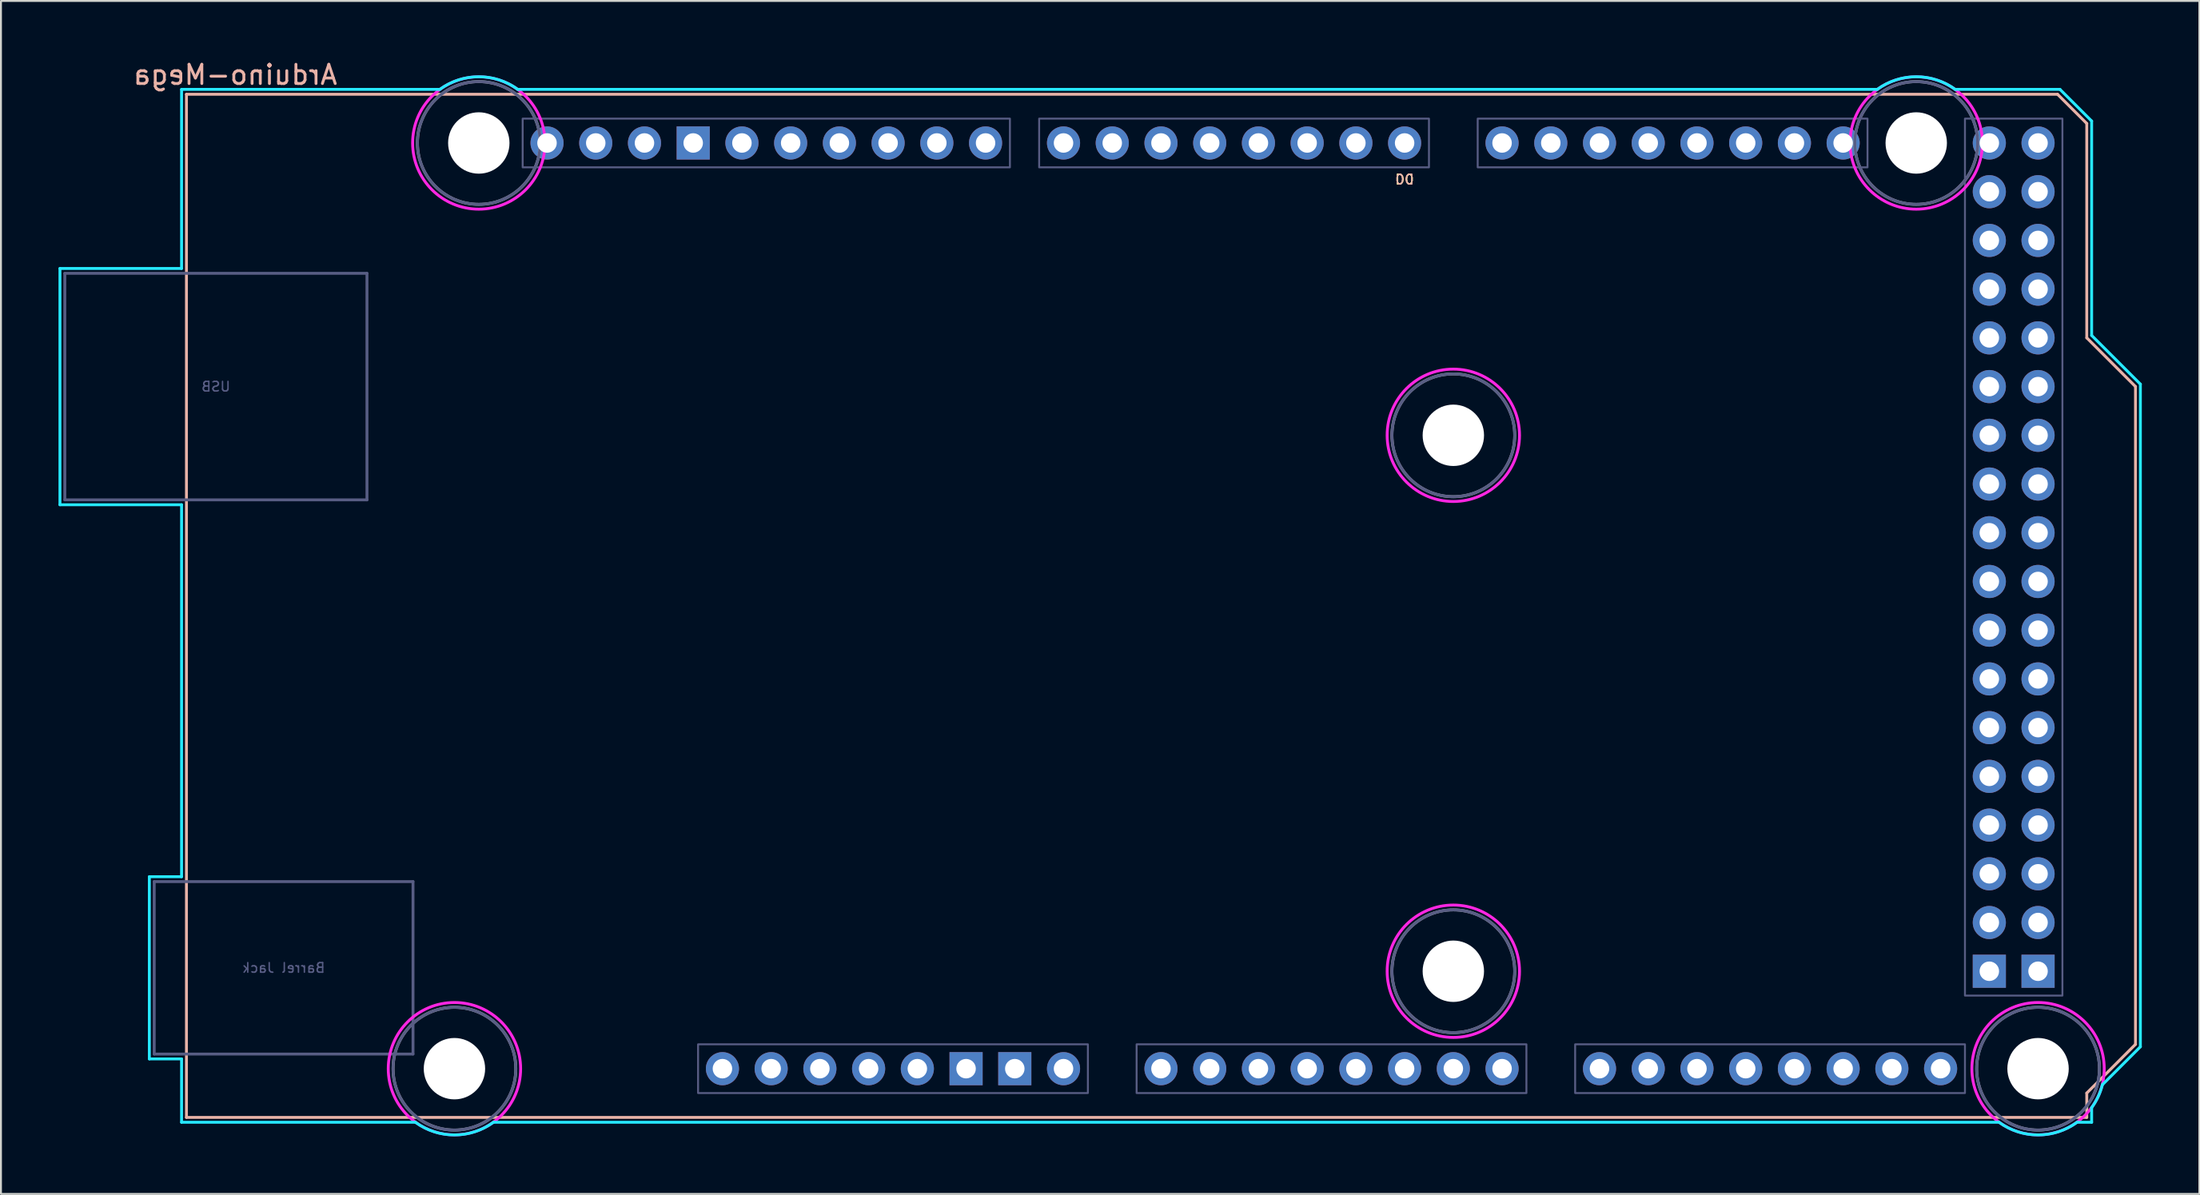
<source format=kicad_pcb>
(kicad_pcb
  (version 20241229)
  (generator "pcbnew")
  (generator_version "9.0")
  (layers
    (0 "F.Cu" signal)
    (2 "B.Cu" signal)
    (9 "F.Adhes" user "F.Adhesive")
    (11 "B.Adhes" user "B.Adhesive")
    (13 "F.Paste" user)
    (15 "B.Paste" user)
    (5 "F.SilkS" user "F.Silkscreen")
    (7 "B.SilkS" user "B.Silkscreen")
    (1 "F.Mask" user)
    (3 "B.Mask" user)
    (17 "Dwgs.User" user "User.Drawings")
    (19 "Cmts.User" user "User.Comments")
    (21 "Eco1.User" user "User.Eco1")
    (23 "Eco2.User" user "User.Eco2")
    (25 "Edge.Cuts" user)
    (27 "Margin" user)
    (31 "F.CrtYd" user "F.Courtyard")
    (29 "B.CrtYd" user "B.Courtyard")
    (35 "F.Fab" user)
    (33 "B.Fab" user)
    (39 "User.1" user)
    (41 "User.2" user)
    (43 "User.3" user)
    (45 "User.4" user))
  (footprint "Arduino-Mega"
    (layer "F.Cu")
    (at 6.669 55.204)
    (property "Reference" "Arduino-Mega" (at 2.54 -54.356 0) (layer "B.SilkS") (effects (font (size 1 1) (thickness 0.15)) (justify mirror)))
    (attr through_hole)
    (fp_line (start 0 -53.34) (end 0 0) (stroke (width 0.15) (type solid)) (layer "B.SilkS"))
    (fp_line (start 0 -53.34) (end 97.536 -53.34) (stroke (width 0.15) (type solid)) (layer "B.SilkS"))
    (fp_line (start 0 0) (end 99.06 0) (stroke (width 0.15) (type solid)) (layer "B.SilkS"))
    (fp_line (start 97.536 -53.34) (end 99.06 -51.816) (stroke (width 0.15) (type solid)) (layer "B.SilkS"))
    (fp_line (start 99.06 -40.64) (end 99.06 -51.816) (stroke (width 0.15) (type solid)) (layer "B.SilkS"))
    (fp_line (start 99.06 -1.27) (end 101.6 -3.81) (stroke (width 0.15) (type solid)) (layer "B.SilkS"))
    (fp_line (start 99.06 0) (end 99.06 -1.27) (stroke (width 0.15) (type solid)) (layer "B.SilkS"))
    (fp_line (start 101.6 -38.1) (end 99.06 -40.64) (stroke (width 0.15) (type solid)) (layer "B.SilkS"))
    (fp_line (start 101.6 -3.81) (end 101.6 -38.1) (stroke (width 0.15) (type solid)) (layer "B.SilkS"))
    (fp_line (start -6.594 -44.258) (end -0.254 -44.258) (stroke (width 0.15) (type solid)) (layer "B.CrtYd"))
    (fp_line (start -6.594 -31.94) (end -6.594 -44.258) (stroke (width 0.15) (type solid)) (layer "B.CrtYd"))
    (fp_line (start -1.934 -12.548) (end -1.934 -3.049) (stroke (width 0.15) (type solid)) (layer "B.CrtYd"))
    (fp_line (start -1.934 -12.548) (end -0.254 -12.548) (stroke (width 0.15) (type solid)) (layer "B.CrtYd"))
    (fp_line (start -1.934 -3.049) (end -0.254 -3.049) (stroke (width 0.15) (type solid)) (layer "B.CrtYd"))
    (fp_line (start -0.254 -53.594) (end -0.254 -44.258) (stroke (width 0.15) (type solid)) (layer "B.CrtYd"))
    (fp_line (start -0.254 -31.94) (end -6.594 -31.94) (stroke (width 0.15) (type solid)) (layer "B.CrtYd"))
    (fp_line (start -0.254 -31.94) (end -0.254 -12.548) (stroke (width 0.15) (type solid)) (layer "B.CrtYd"))
    (fp_line (start -0.254 -3.049) (end -0.254 0.254) (stroke (width 0.15) (type solid)) (layer "B.CrtYd"))
    (fp_line (start 11.938 0.254) (end -0.254 0.254) (stroke (width 0.15) (type solid)) (layer "B.CrtYd"))
    (fp_line (start 13.208 -53.594) (end -0.254 -53.594) (stroke (width 0.15) (type solid)) (layer "B.CrtYd"))
    (fp_line (start 16.002 0.254) (end 94.488 0.254) (stroke (width 0.15) (type solid)) (layer "B.CrtYd"))
    (fp_line (start 17.272 -53.594) (end 88.138 -53.594) (stroke (width 0.15) (type solid)) (layer "B.CrtYd"))
    (fp_line (start 97.663 -53.594) (end 92.202 -53.594) (stroke (width 0.15) (type solid)) (layer "B.CrtYd"))
    (fp_line (start 97.663 -53.594) (end 99.314 -51.943) (stroke (width 0.15) (type solid)) (layer "B.CrtYd"))
    (fp_line (start 99.314 -40.767) (end 99.314 -51.943) (stroke (width 0.15) (type solid)) (layer "B.CrtYd"))
    (fp_line (start 99.314 0.254) (end 98.552 0.254) (stroke (width 0.15) (type solid)) (layer "B.CrtYd"))
    (fp_line (start 99.314 0.254) (end 99.314 -0.508) (stroke (width 0.15) (type solid)) (layer "B.CrtYd"))
    (fp_line (start 99.873 -1.702) (end 101.854 -3.683) (stroke (width 0.15) (type solid)) (layer "B.CrtYd"))
    (fp_line (start 101.854 -38.227) (end 99.314 -40.767) (stroke (width 0.15) (type solid)) (layer "B.CrtYd"))
    (fp_line (start 101.854 -3.683) (end 101.854 -38.227) (stroke (width 0.15) (type solid)) (layer "B.CrtYd"))
    (fp_arc (start 13.208 -53.594) (mid 15.24 -54.254237) (end 17.272 -53.594) (stroke (width 0.15) (type solid)) (layer "B.CrtYd"))
    (fp_arc (start 16.002 0.254) (mid 13.97 0.914237) (end 11.938 0.254) (stroke (width 0.15) (type solid)) (layer "B.CrtYd"))
    (fp_arc (start 88.138 -53.594) (mid 90.17 -54.254237) (end 92.202 -53.594) (stroke (width 0.15) (type solid)) (layer "B.CrtYd"))
    (fp_arc (start 98.552 0.254) (mid 96.52 0.914237) (end 94.488 0.254) (stroke (width 0.15) (type solid)) (layer "B.CrtYd"))
    (fp_arc (start 99.8728 -1.7018) (mid 99.650925 -1.077973) (end 99.314 -0.508) (stroke (width 0.15) (type solid)) (layer "B.CrtYd"))
    (fp_circle (center 13.97 -2.54) (end 17.42 -2.54) (stroke (width 0.15) (type solid)) (fill no) (layer "F.CrtYd"))
    (fp_circle (center 15.24 -50.8) (end 18.69 -50.8) (stroke (width 0.15) (type solid)) (fill no) (layer "F.CrtYd"))
    (fp_circle (center 66.04 -35.56) (end 69.49 -35.56) (stroke (width 0.15) (type solid)) (fill no) (layer "F.CrtYd"))
    (fp_circle (center 66.04 -7.62) (end 69.49 -7.62) (stroke (width 0.15) (type solid)) (fill no) (layer "F.CrtYd"))
    (fp_circle (center 90.17 -50.8) (end 93.62 -50.8) (stroke (width 0.15) (type solid)) (fill no) (layer "F.CrtYd"))
    (fp_circle (center 96.52 -2.54) (end 99.97 -2.54) (stroke (width 0.15) (type solid)) (fill no) (layer "F.CrtYd"))
    (fp_line (start -6.34 -44.004) (end 9.41 -44.004) (stroke (width 0.15) (type solid)) (layer "B.Fab"))
    (fp_line (start -6.34 -32.194) (end -6.34 -44.004) (stroke (width 0.15) (type solid)) (layer "B.Fab"))
    (fp_line (start -6.34 -32.194) (end 9.41 -32.194) (stroke (width 0.15) (type solid)) (layer "B.Fab"))
    (fp_line (start -1.68 -12.294) (end -1.68 -3.303) (stroke (width 0.15) (type solid)) (layer "B.Fab"))
    (fp_line (start -1.68 -12.294) (end 11.81 -12.294) (stroke (width 0.15) (type solid)) (layer "B.Fab"))
    (fp_line (start -1.68 -3.303) (end 11.81 -3.303) (stroke (width 0.15) (type solid)) (layer "B.Fab"))
    (fp_line (start 9.41 -32.194) (end 9.41 -44.004) (stroke (width 0.15) (type solid)) (layer "B.Fab"))
    (fp_line (start 11.81 -12.294) (end 11.81 -3.303) (stroke (width 0.15) (type solid)) (layer "B.Fab"))
    (fp_rect (start 17.526 -52.07) (end 42.926 -49.53) (stroke (width 0.1) (type solid)) (fill no) (layer "B.Fab"))
    (fp_rect (start 26.67 -3.81) (end 46.99 -1.27) (stroke (width 0.1) (type solid)) (fill no) (layer "B.Fab"))
    (fp_rect (start 44.45 -52.07) (end 64.77 -49.53) (stroke (width 0.1) (type solid)) (fill no) (layer "B.Fab"))
    (fp_rect (start 49.53 -3.81) (end 69.85 -1.27) (stroke (width 0.1) (type solid)) (fill no) (layer "B.Fab"))
    (fp_rect (start 67.31 -52.07) (end 87.63 -49.53) (stroke (width 0.1) (type solid)) (fill no) (layer "B.Fab"))
    (fp_rect (start 72.39 -3.81) (end 92.71 -1.27) (stroke (width 0.1) (type solid)) (fill no) (layer "B.Fab"))
    (fp_rect (start 92.71 -52.07) (end 97.79 -6.35) (stroke (width 0.1) (type solid)) (fill no) (layer "B.Fab"))
    (fp_circle (center 13.97 -2.54) (end 17.17 -2.54) (stroke (width 0.15) (type solid)) (fill no) (layer "B.Fab"))
    (fp_circle (center 15.24 -50.8) (end 18.44 -50.8) (stroke (width 0.15) (type solid)) (fill no) (layer "B.Fab"))
    (fp_circle (center 66.04 -35.56) (end 69.24 -35.56) (stroke (width 0.15) (type solid)) (fill no) (layer "B.Fab"))
    (fp_circle (center 66.04 -7.62) (end 69.24 -7.62) (stroke (width 0.15) (type solid)) (fill no) (layer "B.Fab"))
    (fp_circle (center 90.17 -50.8) (end 93.37 -50.8) (stroke (width 0.15) (type solid)) (fill no) (layer "B.Fab"))
    (fp_circle (center 96.52 -2.54) (end 99.72 -2.54) (stroke (width 0.15) (type solid)) (fill no) (layer "B.Fab"))
    (fp_circle (center 13.97 -2.54) (end 17.17 -2.54) (stroke (width 0.15) (type solid)) (fill no) (layer "F.Fab"))
    (fp_circle (center 15.24 -50.8) (end 18.44 -50.8) (stroke (width 0.15) (type solid)) (fill no) (layer "F.Fab"))
    (fp_circle (center 66.04 -35.56) (end 69.24 -35.56) (stroke (width 0.15) (type solid)) (fill no) (layer "F.Fab"))
    (fp_circle (center 66.04 -7.62) (end 69.24 -7.62) (stroke (width 0.15) (type solid)) (fill no) (layer "F.Fab"))
    (fp_circle (center 90.17 -50.8) (end 93.37 -50.8) (stroke (width 0.15) (type solid)) (fill no) (layer "F.Fab"))
    (fp_circle (center 96.52 -2.54) (end 99.72 -2.54) (stroke (width 0.15) (type solid)) (fill no) (layer "F.Fab"))
    (fp_text user "D0" (at 63.5 -48.895 0) (unlocked yes) (layer "F.SilkS") (effects (font (size 0.5 0.5) (thickness 0.075))))
    (fp_text user "D0" (at 63.5 -48.895 0) (unlocked yes) (layer "B.SilkS") (effects (font (size 0.5 0.5) (thickness 0.075)) (justify mirror)))
    (fp_text user "Barrel Jack" (at 5.065 -7.798 0) (layer "B.Fab") (effects (font (size 0.5 0.5) (thickness 0.075)) (justify mirror)))
    (fp_text user "USB" (at 1.535 -38.099 0) (layer "B.Fab") (effects (font (size 0.5 0.5) (thickness 0.075)) (justify mirror)))
    (pad "" np_thru_hole circle (at 13.97 -2.54) (size 3.2 3.2) (drill 3.2) (layers "*.Cu" "*.Mask"))
    (pad "" np_thru_hole circle (at 15.24 -50.8) (size 3.2 3.2) (drill 3.2) (layers "*.Cu" "*.Mask"))
    (pad "" thru_hole oval (at 27.94 -2.54) (size 1.727 1.727) (drill 1.016) (layers "*.Cu" "*.Mask"))
    (pad "" np_thru_hole circle (at 66.04 -35.56) (size 3.2 3.2) (drill 3.2) (layers "*.Cu" "*.Mask"))
    (pad "" np_thru_hole circle (at 66.04 -7.62) (size 3.2 3.2) (drill 3.2) (layers "*.Cu" "*.Mask"))
    (pad "" np_thru_hole circle (at 90.17 -50.8) (size 3.2 3.2) (drill 3.2) (layers "*.Cu" "*.Mask"))
    (pad "" np_thru_hole circle (at 96.52 -2.54) (size 3.2 3.2) (drill 3.2) (layers "*.Cu" "*.Mask"))
    (pad "3V3" thru_hole oval (at 35.56 -2.54) (size 1.727 1.727) (drill 1.016) (layers "*.Cu" "*.Mask"))
    (pad "5V1" thru_hole oval (at 38.1 -2.54) (size 1.727 1.727) (drill 1.016) (layers "*.Cu" "*.Mask"))
    (pad "5V3" thru_hole oval (at 93.98 -50.8) (size 1.727 1.727) (drill 1.016) (layers "*.Cu" "*.Mask"))
    (pad "5V4" thru_hole oval (at 96.52 -50.8) (size 1.727 1.727) (drill 1.016) (layers "*.Cu" "*.Mask"))
    (pad "A0" thru_hole oval (at 50.8 -2.54) (size 1.727 1.727) (drill 1.016) (layers "*.Cu" "*.Mask"))
    (pad "A1" thru_hole oval (at 53.34 -2.54) (size 1.727 1.727) (drill 1.016) (layers "*.Cu" "*.Mask"))
    (pad "A2" thru_hole oval (at 55.88 -2.54) (size 1.727 1.727) (drill 1.016) (layers "*.Cu" "*.Mask"))
    (pad "A3" thru_hole oval (at 58.42 -2.54) (size 1.727 1.727) (drill 1.016) (layers "*.Cu" "*.Mask"))
    (pad "A4" thru_hole oval (at 60.96 -2.54) (size 1.727 1.727) (drill 1.016) (layers "*.Cu" "*.Mask"))
    (pad "A5" thru_hole oval (at 63.5 -2.54) (size 1.727 1.727) (drill 1.016) (layers "*.Cu" "*.Mask"))
    (pad "A6" thru_hole oval (at 66.04 -2.54) (size 1.727 1.727) (drill 1.016) (layers "*.Cu" "*.Mask"))
    (pad "A7" thru_hole oval (at 68.58 -2.54) (size 1.727 1.727) (drill 1.016) (layers "*.Cu" "*.Mask"))
    (pad "A8" thru_hole oval (at 73.66 -2.54) (size 1.727 1.727) (drill 1.016) (layers "*.Cu" "*.Mask"))
    (pad "A9" thru_hole oval (at 76.2 -2.54) (size 1.727 1.727) (drill 1.016) (layers "*.Cu" "*.Mask"))
    (pad "A10" thru_hole oval (at 78.74 -2.54) (size 1.727 1.727) (drill 1.016) (layers "*.Cu" "*.Mask"))
    (pad "A11" thru_hole oval (at 81.28 -2.54) (size 1.727 1.727) (drill 1.016) (layers "*.Cu" "*.Mask"))
    (pad "A12" thru_hole oval (at 83.82 -2.54) (size 1.727 1.727) (drill 1.016) (layers "*.Cu" "*.Mask"))
    (pad "A13" thru_hole oval (at 86.36 -2.54) (size 1.727 1.727) (drill 1.016) (layers "*.Cu" "*.Mask"))
    (pad "A14" thru_hole oval (at 88.9 -2.54) (size 1.727 1.727) (drill 1.016) (layers "*.Cu" "*.Mask"))
    (pad "A15" thru_hole oval (at 91.44 -2.54) (size 1.727 1.727) (drill 1.016) (layers "*.Cu" "*.Mask"))
    (pad "AREF" thru_hole oval (at 23.876 -50.8) (size 1.727 1.727) (drill 1.016) (layers "*.Cu" "*.Mask"))
    (pad "D0" thru_hole oval (at 63.5 -50.8) (size 1.727 1.727) (drill 1.016) (layers "*.Cu" "*.Mask"))
    (pad "D1" thru_hole oval (at 60.96 -50.8) (size 1.727 1.727) (drill 1.016) (layers "*.Cu" "*.Mask"))
    (pad "D2" thru_hole oval (at 58.42 -50.8) (size 1.727 1.727) (drill 1.016) (layers "*.Cu" "*.Mask"))
    (pad "D3" thru_hole oval (at 55.88 -50.8) (size 1.727 1.727) (drill 1.016) (layers "*.Cu" "*.Mask"))
    (pad "D4" thru_hole oval (at 53.34 -50.8) (size 1.727 1.727) (drill 1.016) (layers "*.Cu" "*.Mask"))
    (pad "D5" thru_hole oval (at 50.8 -50.8) (size 1.727 1.727) (drill 1.016) (layers "*.Cu" "*.Mask"))
    (pad "D6" thru_hole oval (at 48.26 -50.8) (size 1.727 1.727) (drill 1.016) (layers "*.Cu" "*.Mask"))
    (pad "D7" thru_hole oval (at 45.72 -50.8) (size 1.727 1.727) (drill 1.016) (layers "*.Cu" "*.Mask"))
    (pad "D8" thru_hole oval (at 41.656 -50.8) (size 1.727 1.727) (drill 1.016) (layers "*.Cu" "*.Mask"))
    (pad "D9" thru_hole oval (at 39.116 -50.8) (size 1.727 1.727) (drill 1.016) (layers "*.Cu" "*.Mask"))
    (pad "D10" thru_hole oval (at 36.576 -50.8) (size 1.727 1.727) (drill 1.016) (layers "*.Cu" "*.Mask"))
    (pad "D11" thru_hole oval (at 34.036 -50.8) (size 1.727 1.727) (drill 1.016) (layers "*.Cu" "*.Mask"))
    (pad "D12" thru_hole oval (at 31.496 -50.8) (size 1.727 1.727) (drill 1.016) (layers "*.Cu" "*.Mask"))
    (pad "D13" thru_hole oval (at 28.956 -50.8) (size 1.727 1.727) (drill 1.016) (layers "*.Cu" "*.Mask"))
    (pad "D14" thru_hole oval (at 68.58 -50.8) (size 1.727 1.727) (drill 1.016) (layers "*.Cu" "*.Mask"))
    (pad "D15" thru_hole oval (at 71.12 -50.8) (size 1.727 1.727) (drill 1.016) (layers "*.Cu" "*.Mask"))
    (pad "D16" thru_hole oval (at 73.66 -50.8) (size 1.727 1.727) (drill 1.016) (layers "*.Cu" "*.Mask"))
    (pad "D17" thru_hole oval (at 76.2 -50.8) (size 1.727 1.727) (drill 1.016) (layers "*.Cu" "*.Mask"))
    (pad "D18" thru_hole oval (at 78.74 -50.8) (size 1.727 1.727) (drill 1.016) (layers "*.Cu" "*.Mask"))
    (pad "D19" thru_hole oval (at 81.28 -50.8) (size 1.727 1.727) (drill 1.016) (layers "*.Cu" "*.Mask"))
    (pad "D20" thru_hole oval (at 83.82 -50.8) (size 1.727 1.727) (drill 1.016) (layers "*.Cu" "*.Mask"))
    (pad "D21" thru_hole oval (at 86.36 -50.8) (size 1.727 1.727) (drill 1.016) (layers "*.Cu" "*.Mask"))
    (pad "D22" thru_hole oval (at 93.98 -48.26) (size 1.727 1.727) (drill 1.016) (layers "*.Cu" "*.Mask"))
    (pad "D23" thru_hole oval (at 96.52 -48.26) (size 1.727 1.727) (drill 1.016) (layers "*.Cu" "*.Mask"))
    (pad "D24" thru_hole oval (at 93.98 -45.72) (size 1.727 1.727) (drill 1.016) (layers "*.Cu" "*.Mask"))
    (pad "D25" thru_hole oval (at 96.52 -45.72) (size 1.727 1.727) (drill 1.016) (layers "*.Cu" "*.Mask"))
    (pad "D26" thru_hole oval (at 93.98 -43.18) (size 1.727 1.727) (drill 1.016) (layers "*.Cu" "*.Mask"))
    (pad "D27" thru_hole oval (at 96.52 -43.18) (size 1.727 1.727) (drill 1.016) (layers "*.Cu" "*.Mask"))
    (pad "D28" thru_hole oval (at 93.98 -40.64) (size 1.727 1.727) (drill 1.016) (layers "*.Cu" "*.Mask"))
    (pad "D29" thru_hole oval (at 96.52 -40.64) (size 1.727 1.727) (drill 1.016) (layers "*.Cu" "*.Mask"))
    (pad "D30" thru_hole oval (at 93.98 -38.1) (size 1.727 1.727) (drill 1.016) (layers "*.Cu" "*.Mask"))
    (pad "D31" thru_hole oval (at 96.52 -38.1) (size 1.727 1.727) (drill 1.016) (layers "*.Cu" "*.Mask"))
    (pad "D32" thru_hole oval (at 93.98 -35.56) (size 1.727 1.727) (drill 1.016) (layers "*.Cu" "*.Mask"))
    (pad "D33" thru_hole oval (at 96.52 -35.56) (size 1.727 1.727) (drill 1.016) (layers "*.Cu" "*.Mask"))
    (pad "D34" thru_hole oval (at 93.98 -33.02) (size 1.727 1.727) (drill 1.016) (layers "*.Cu" "*.Mask"))
    (pad "D35" thru_hole oval (at 96.52 -33.02) (size 1.727 1.727) (drill 1.016) (layers "*.Cu" "*.Mask"))
    (pad "D36" thru_hole oval (at 93.98 -30.48) (size 1.727 1.727) (drill 1.016) (layers "*.Cu" "*.Mask"))
    (pad "D37" thru_hole oval (at 96.52 -30.48) (size 1.727 1.727) (drill 1.016) (layers "*.Cu" "*.Mask"))
    (pad "D38" thru_hole oval (at 93.98 -27.94) (size 1.727 1.727) (drill 1.016) (layers "*.Cu" "*.Mask"))
    (pad "D39" thru_hole oval (at 96.52 -27.94) (size 1.727 1.727) (drill 1.016) (layers "*.Cu" "*.Mask"))
    (pad "D40" thru_hole oval (at 93.98 -25.4) (size 1.727 1.727) (drill 1.016) (layers "*.Cu" "*.Mask"))
    (pad "D41" thru_hole oval (at 96.52 -25.4) (size 1.727 1.727) (drill 1.016) (layers "*.Cu" "*.Mask"))
    (pad "D42" thru_hole oval (at 93.98 -22.86) (size 1.727 1.727) (drill 1.016) (layers "*.Cu" "*.Mask"))
    (pad "D43" thru_hole oval (at 96.52 -22.86) (size 1.727 1.727) (drill 1.016) (layers "*.Cu" "*.Mask"))
    (pad "D44" thru_hole oval (at 93.98 -20.32) (size 1.727 1.727) (drill 1.016) (layers "*.Cu" "*.Mask"))
    (pad "D45" thru_hole oval (at 96.52 -20.32) (size 1.727 1.727) (drill 1.016) (layers "*.Cu" "*.Mask"))
    (pad "D46" thru_hole oval (at 93.98 -17.78) (size 1.727 1.727) (drill 1.016) (layers "*.Cu" "*.Mask"))
    (pad "D47" thru_hole oval (at 96.52 -17.78) (size 1.727 1.727) (drill 1.016) (layers "*.Cu" "*.Mask"))
    (pad "D48" thru_hole oval (at 93.98 -15.24) (size 1.727 1.727) (drill 1.016) (layers "*.Cu" "*.Mask"))
    (pad "D49" thru_hole oval (at 96.52 -15.24) (size 1.727 1.727) (drill 1.016) (layers "*.Cu" "*.Mask"))
    (pad "D50" thru_hole oval (at 93.98 -12.7) (size 1.727 1.727) (drill 1.016) (layers "*.Cu" "*.Mask"))
    (pad "D51" thru_hole oval (at 96.52 -12.7) (size 1.727 1.727) (drill 1.016) (layers "*.Cu" "*.Mask"))
    (pad "D52" thru_hole oval (at 93.98 -10.16) (size 1.727 1.727) (drill 1.016) (layers "*.Cu" "*.Mask"))
    (pad "D53" thru_hole oval (at 96.52 -10.16) (size 1.727 1.727) (drill 1.016) (layers "*.Cu" "*.Mask"))
    (pad "GND1" thru_hole rect (at 26.416 -50.8) (size 1.727 1.727) (drill 1.016) (layers "*.Cu" "*.Mask"))
    (pad "GND2" thru_hole rect (at 40.64 -2.54) (size 1.727 1.727) (drill 1.016) (layers "*.Cu" "*.Mask"))
    (pad "GND3" thru_hole rect (at 43.18 -2.54) (size 1.727 1.727) (drill 1.016) (layers "*.Cu" "*.Mask"))
    (pad "GND5" thru_hole rect (at 93.98 -7.62) (size 1.727 1.727) (drill 1.016) (layers "*.Cu" "*.Mask"))
    (pad "GND6" thru_hole rect (at 96.52 -7.62) (size 1.727 1.727) (drill 1.016) (layers "*.Cu" "*.Mask"))
    (pad "IORF" thru_hole oval (at 30.48 -2.54) (size 1.727 1.727) (drill 1.016) (layers "*.Cu" "*.Mask"))
    (pad "RST1" thru_hole oval (at 33.02 -2.54) (size 1.727 1.727) (drill 1.016) (layers "*.Cu" "*.Mask"))
    (pad "SCL" thru_hole oval (at 18.796 -50.8) (size 1.727 1.727) (drill 1.016) (layers "*.Cu" "*.Mask"))
    (pad "SDA" thru_hole oval (at 21.336 -50.8) (size 1.727 1.727) (drill 1.016) (layers "*.Cu" "*.Mask"))
    (pad "VIN" thru_hole oval (at 45.72 -2.54) (size 1.727 1.727) (drill 1.016) (layers "*.Cu" "*.Mask")))
  (gr_rect
    (start -3 -3)
    (end 111.598 59.193)
    (stroke (width 0.1) (type default))
    (fill no)
    (layer "Edge.Cuts")))
</source>
